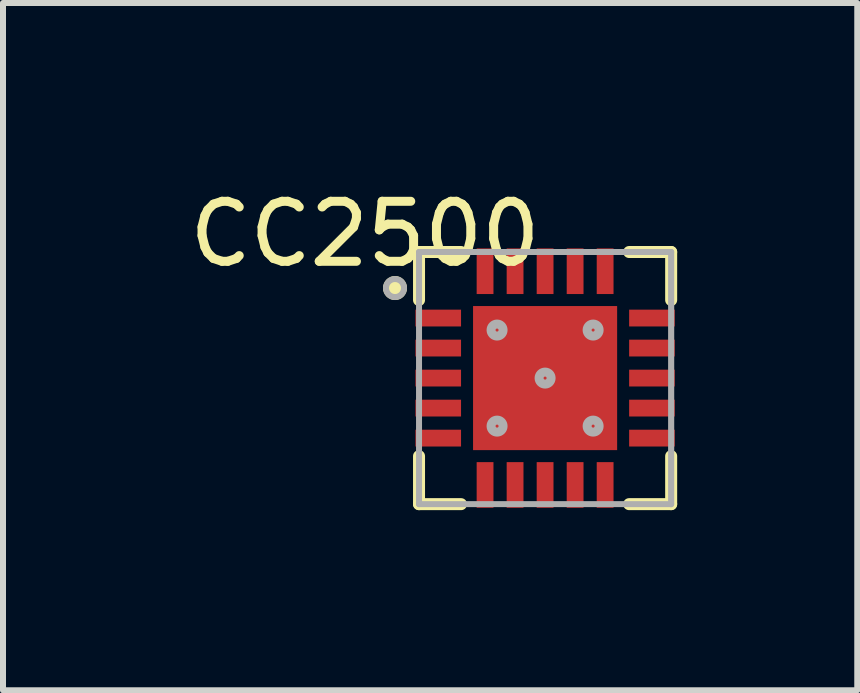
<source format=kicad_pcb>
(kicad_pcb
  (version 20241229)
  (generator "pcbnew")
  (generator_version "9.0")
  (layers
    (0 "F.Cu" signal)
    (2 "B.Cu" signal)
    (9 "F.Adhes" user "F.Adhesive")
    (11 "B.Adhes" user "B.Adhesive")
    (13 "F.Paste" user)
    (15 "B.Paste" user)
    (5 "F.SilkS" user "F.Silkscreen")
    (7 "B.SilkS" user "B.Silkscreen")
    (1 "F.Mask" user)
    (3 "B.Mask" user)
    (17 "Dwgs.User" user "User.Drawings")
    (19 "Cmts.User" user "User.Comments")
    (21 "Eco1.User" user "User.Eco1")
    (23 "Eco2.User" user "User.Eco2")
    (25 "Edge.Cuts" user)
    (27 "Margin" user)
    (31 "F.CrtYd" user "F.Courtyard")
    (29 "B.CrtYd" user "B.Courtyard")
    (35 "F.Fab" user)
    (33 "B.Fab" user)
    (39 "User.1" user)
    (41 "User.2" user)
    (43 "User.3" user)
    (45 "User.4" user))
  (footprint "CC2500"
    (layer "F.Cu")
    (at 6.03 3.248)
    (property "Reference" "CC2500" (at -3 -2.4 0) (layer "F.SilkS") (effects (font (size 1 1) (thickness 0.15))))
    (attr through_hole)
    (fp_line (start -2.1 -2.1) (end -2.1 -1.3) (stroke (width 0.2) (type solid)) (layer "F.SilkS"))
    (fp_line (start -2.1 -2.1) (end -1.4 -2.1) (stroke (width 0.2) (type solid)) (layer "F.SilkS"))
    (fp_line (start -2.1 1.3) (end -2.1 2.1) (stroke (width 0.2) (type solid)) (layer "F.SilkS"))
    (fp_line (start -2.1 2.1) (end -1.4 2.1) (stroke (width 0.2) (type solid)) (layer "F.SilkS"))
    (fp_line (start 1.4 -2.1) (end 2.1 -2.1) (stroke (width 0.2) (type solid)) (layer "F.SilkS"))
    (fp_line (start 1.4 2.1) (end 2.1 2.1) (stroke (width 0.2) (type solid)) (layer "F.SilkS"))
    (fp_line (start 2.1 -2.1) (end 2.1 -1.3) (stroke (width 0.2) (type solid)) (layer "F.SilkS"))
    (fp_line (start 2.1 1.3) (end 2.1 2.1) (stroke (width 0.2) (type solid)) (layer "F.SilkS"))
    (fp_circle (center -2.5 -1.5) (end -2.4 -1.5) (stroke (width 0.2) (type solid)) (fill no) (layer "F.SilkS"))
    (fp_line (start -2.1 -2.1) (end 2.1 -2.1) (stroke (width 0.1) (type solid)) (layer "F.Fab"))
    (fp_line (start -2.1 2.1) (end -2.1 -2.1) (stroke (width 0.1) (type solid)) (layer "F.Fab"))
    (fp_line (start -2.1 2.1) (end 2.1 2.1) (stroke (width 0.1) (type solid)) (layer "F.Fab"))
    (fp_line (start 2.1 2.1) (end 2.1 -2.1) (stroke (width 0.102) (type solid)) (layer "F.Fab"))
    (fp_circle (center -2.5 -1.5) (end -2.35 -1.5) (stroke (width 0.1) (type solid)) (fill no) (layer "F.Fab"))
    (fp_circle (center -0.8 -0.8) (end -0.8 -0.9) (stroke (width 0.15) (type solid)) (fill no) (layer "F.Fab"))
    (fp_circle (center -0.8 0.8) (end -0.8 0.7) (stroke (width 0.15) (type solid)) (fill no) (layer "F.Fab"))
    (fp_circle (center 0 0) (end 0 -0.1) (stroke (width 0.15) (type solid)) (fill no) (layer "F.Fab"))
    (fp_circle (center 0.8 -0.8) (end 0.8 -0.9) (stroke (width 0.15) (type solid)) (fill no) (layer "F.Fab"))
    (fp_circle (center 0.8 0.8) (end 0.8 0.7) (stroke (width 0.15) (type solid)) (fill no) (layer "F.Fab"))
    (pad "" smd rect (at -0.8 0) (size 0.4 0.6) (layers "F.Paste"))
    (pad "" smd rect (at -0.8 0) (size 0.8 0.8) (layers "F.Mask"))
    (pad "" smd rect (at 0 -0.8) (size 0.6 0.4) (layers "F.Paste"))
    (pad "" smd rect (at 0 -0.8) (size 0.8 0.8) (layers "F.Mask"))
    (pad "" smd rect (at 0 0.8) (size 0.6 0.4) (layers "F.Paste"))
    (pad "" smd rect (at 0 0.8) (size 0.8 0.8) (layers "F.Mask"))
    (pad "" smd rect (at 0.8 0) (size 0.4 0.6) (layers "F.Paste"))
    (pad "" smd rect (at 0.8 0) (size 0.8 0.8) (layers "F.Mask"))
    (pad "1" smd rect (at -1.78 -1) (size 0.76 0.28) (layers "F.Cu" "F.Mask" "F.Paste"))
    (pad "2" smd rect (at -1.78 -0.5) (size 0.76 0.28) (layers "F.Cu" "F.Mask" "F.Paste"))
    (pad "3" smd rect (at -1.78 0 90) (size 0.28 0.76) (layers "F.Cu" "F.Mask" "F.Paste"))
    (pad "4" smd rect (at -1.78 0.5) (size 0.76 0.28) (layers "F.Cu" "F.Mask" "F.Paste"))
    (pad "5" smd rect (at -1.78 1) (size 0.76 0.28) (layers "F.Cu" "F.Mask" "F.Paste"))
    (pad "6" smd rect (at -1 1.78) (size 0.28 0.76) (layers "F.Cu" "F.Mask" "F.Paste"))
    (pad "7" smd rect (at -0.5 1.78) (size 0.28 0.76) (layers "F.Cu" "F.Mask" "F.Paste"))
    (pad "8" smd rect (at 0 1.78) (size 0.28 0.76) (layers "F.Cu" "F.Mask" "F.Paste"))
    (pad "9" smd rect (at 0.5 1.78) (size 0.28 0.76) (layers "F.Cu" "F.Mask" "F.Paste"))
    (pad "10" smd rect (at 1 1.78) (size 0.28 0.76) (layers "F.Cu" "F.Mask" "F.Paste"))
    (pad "11" smd trapezoid (at 1.78 1 90) (size 0.28 0.76) (layers "F.Cu" "F.Mask" "F.Paste"))
    (pad "12" smd rect (at 1.78 0.5) (size 0.76 0.28) (layers "F.Cu" "F.Mask" "F.Paste"))
    (pad "13" smd rect (at 1.78 0) (size 0.76 0.28) (layers "F.Cu" "F.Mask" "F.Paste"))
    (pad "14" smd rect (at 1.78 -0.5) (size 0.76 0.28) (layers "F.Cu" "F.Mask" "F.Paste"))
    (pad "15" smd rect (at 1.78 -1) (size 0.76 0.28) (layers "F.Cu" "F.Mask" "F.Paste"))
    (pad "16" smd rect (at 0 0) (size 2.4 2.4) (layers "F.Cu"))
    (pad "16" smd rect (at 1 -1.78) (size 0.28 0.76) (layers "F.Cu" "F.Mask" "F.Paste"))
    (pad "17" smd rect (at 0.5 -1.78) (size 0.28 0.76) (layers "F.Cu" "F.Mask" "F.Paste"))
    (pad "18" smd rect (at 0 -1.78) (size 0.28 0.76) (layers "F.Cu" "F.Mask" "F.Paste"))
    (pad "19" smd rect (at -0.5 -1.78) (size 0.28 0.76) (layers "F.Cu" "F.Mask" "F.Paste"))
    (pad "20" smd rect (at -1 -1.78) (size 0.28 0.76) (layers "F.Cu" "F.Mask" "F.Paste")))
  (gr_rect
    (start -3 -3)
    (end 11.23 8.448)
    (stroke (width 0.1) (type default))
    (fill no)
    (layer "Edge.Cuts")))
</source>
